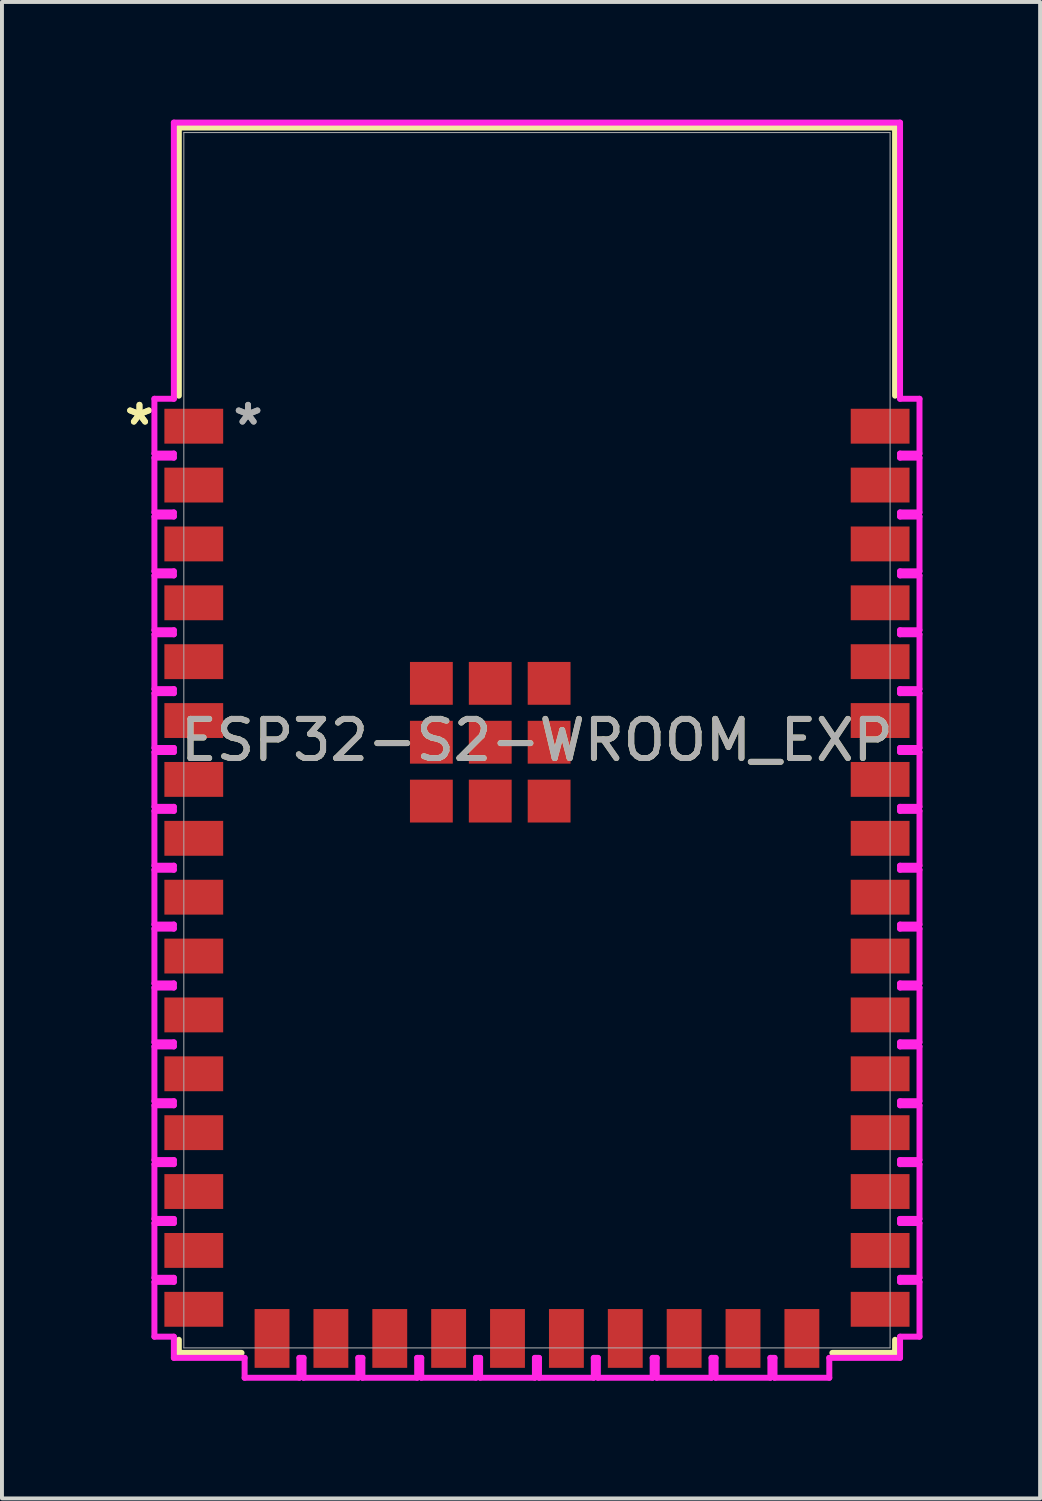
<source format=kicad_pcb>
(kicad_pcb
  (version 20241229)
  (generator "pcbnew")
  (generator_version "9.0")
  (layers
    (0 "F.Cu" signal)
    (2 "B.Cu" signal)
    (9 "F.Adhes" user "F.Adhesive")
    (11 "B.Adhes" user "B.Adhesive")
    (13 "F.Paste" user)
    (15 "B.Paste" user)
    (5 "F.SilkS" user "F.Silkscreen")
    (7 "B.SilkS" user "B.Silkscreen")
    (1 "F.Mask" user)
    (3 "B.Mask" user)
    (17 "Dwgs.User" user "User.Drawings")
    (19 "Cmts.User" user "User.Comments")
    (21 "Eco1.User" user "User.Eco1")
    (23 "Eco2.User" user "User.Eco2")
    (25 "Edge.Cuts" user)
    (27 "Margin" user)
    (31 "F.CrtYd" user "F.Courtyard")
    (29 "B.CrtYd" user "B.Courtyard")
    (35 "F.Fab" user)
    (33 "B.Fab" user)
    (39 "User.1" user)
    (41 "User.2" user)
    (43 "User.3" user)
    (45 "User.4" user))
  (footprint "ESP32-S2-WROOM_EXP"
    (layer "F.Cu")
    (at 10.641 15.824)
    (property "Reference" "ESP32-S2-WROOM_EXP" (at 0 0 0) (unlocked yes) (layer "F.SilkS") (effects (font (size 1 1) (thickness 0.15))))
    (attr smd)
    (fp_line (start -9.131 -15.621) (end 9.131 -15.621) (stroke (width 0.152) (type solid)) (layer "F.SilkS"))
    (fp_line (start -9.131 -8.785) (end -9.131 -15.621) (stroke (width 0.152) (type solid)) (layer "F.SilkS"))
    (fp_line (start -9.131 15.621) (end -9.131 15.287) (stroke (width 0.152) (type solid)) (layer "F.SilkS"))
    (fp_line (start -7.532 15.621) (end -9.131 15.621) (stroke (width 0.152) (type solid)) (layer "F.SilkS"))
    (fp_line (start 9.131 -15.621) (end 9.131 -8.785) (stroke (width 0.152) (type solid)) (layer "F.SilkS"))
    (fp_line (start 9.131 15.287) (end 9.131 15.621) (stroke (width 0.152) (type solid)) (layer "F.SilkS"))
    (fp_line (start 9.131 15.621) (end 7.532 15.621) (stroke (width 0.152) (type solid)) (layer "F.SilkS"))
    (fp_poly (pts (xy -9.004 -15.494) (xy -9.004 -9.5) (xy 9.004 -9.5) (xy 9.004 -15.494)) (stroke (width 0.1) (type solid)) (fill no) (layer "Eco2.User"))
    (fp_line (start -9.754 -8.706) (end -9.754 -7.309) (stroke (width 0.152) (type solid)) (layer "F.CrtYd"))
    (fp_line (start -9.754 -7.309) (end -9.258 -7.309) (stroke (width 0.152) (type solid)) (layer "F.CrtYd"))
    (fp_line (start -9.754 -7.205) (end -9.754 -5.808) (stroke (width 0.152) (type solid)) (layer "F.CrtYd"))
    (fp_line (start -9.754 -5.808) (end -9.258 -5.808) (stroke (width 0.152) (type solid)) (layer "F.CrtYd"))
    (fp_line (start -9.754 -5.704) (end -9.754 -4.307) (stroke (width 0.152) (type solid)) (layer "F.CrtYd"))
    (fp_line (start -9.754 -4.307) (end -9.258 -4.307) (stroke (width 0.152) (type solid)) (layer "F.CrtYd"))
    (fp_line (start -9.754 -4.202) (end -9.754 -2.805) (stroke (width 0.152) (type solid)) (layer "F.CrtYd"))
    (fp_line (start -9.754 -2.805) (end -9.258 -2.805) (stroke (width 0.152) (type solid)) (layer "F.CrtYd"))
    (fp_line (start -9.754 -2.701) (end -9.754 -1.304) (stroke (width 0.152) (type solid)) (layer "F.CrtYd"))
    (fp_line (start -9.754 -1.304) (end -9.258 -1.304) (stroke (width 0.152) (type solid)) (layer "F.CrtYd"))
    (fp_line (start -9.754 -1.2) (end -9.754 0.197) (stroke (width 0.152) (type solid)) (layer "F.CrtYd"))
    (fp_line (start -9.754 0.197) (end -9.258 0.197) (stroke (width 0.152) (type solid)) (layer "F.CrtYd"))
    (fp_line (start -9.754 0.301) (end -9.754 1.698) (stroke (width 0.152) (type solid)) (layer "F.CrtYd"))
    (fp_line (start -9.754 1.698) (end -9.258 1.698) (stroke (width 0.152) (type solid)) (layer "F.CrtYd"))
    (fp_line (start -9.754 1.802) (end -9.754 3.199) (stroke (width 0.152) (type solid)) (layer "F.CrtYd"))
    (fp_line (start -9.754 3.199) (end -9.258 3.199) (stroke (width 0.152) (type solid)) (layer "F.CrtYd"))
    (fp_line (start -9.754 3.303) (end -9.754 4.7) (stroke (width 0.152) (type solid)) (layer "F.CrtYd"))
    (fp_line (start -9.754 4.7) (end -9.258 4.7) (stroke (width 0.152) (type solid)) (layer "F.CrtYd"))
    (fp_line (start -9.754 4.804) (end -9.754 6.201) (stroke (width 0.152) (type solid)) (layer "F.CrtYd"))
    (fp_line (start -9.754 6.201) (end -9.258 6.201) (stroke (width 0.152) (type solid)) (layer "F.CrtYd"))
    (fp_line (start -9.754 6.306) (end -9.754 7.703) (stroke (width 0.152) (type solid)) (layer "F.CrtYd"))
    (fp_line (start -9.754 7.703) (end -9.258 7.703) (stroke (width 0.152) (type solid)) (layer "F.CrtYd"))
    (fp_line (start -9.754 7.807) (end -9.754 9.204) (stroke (width 0.152) (type solid)) (layer "F.CrtYd"))
    (fp_line (start -9.754 9.204) (end -9.258 9.204) (stroke (width 0.152) (type solid)) (layer "F.CrtYd"))
    (fp_line (start -9.754 9.308) (end -9.754 10.705) (stroke (width 0.152) (type solid)) (layer "F.CrtYd"))
    (fp_line (start -9.754 10.705) (end -9.258 10.705) (stroke (width 0.152) (type solid)) (layer "F.CrtYd"))
    (fp_line (start -9.754 10.809) (end -9.754 12.206) (stroke (width 0.152) (type solid)) (layer "F.CrtYd"))
    (fp_line (start -9.754 12.206) (end -9.258 12.206) (stroke (width 0.152) (type solid)) (layer "F.CrtYd"))
    (fp_line (start -9.754 12.31) (end -9.754 13.707) (stroke (width 0.152) (type solid)) (layer "F.CrtYd"))
    (fp_line (start -9.754 13.707) (end -9.258 13.707) (stroke (width 0.152) (type solid)) (layer "F.CrtYd"))
    (fp_line (start -9.754 13.811) (end -9.754 15.208) (stroke (width 0.152) (type solid)) (layer "F.CrtYd"))
    (fp_line (start -9.754 15.208) (end -9.258 15.208) (stroke (width 0.152) (type solid)) (layer "F.CrtYd"))
    (fp_line (start -9.258 -15.748) (end -9.258 -8.706) (stroke (width 0.152) (type solid)) (layer "F.CrtYd"))
    (fp_line (start -9.258 -8.706) (end -9.754 -8.706) (stroke (width 0.152) (type solid)) (layer "F.CrtYd"))
    (fp_line (start -9.258 -7.309) (end -9.258 -7.205) (stroke (width 0.152) (type solid)) (layer "F.CrtYd"))
    (fp_line (start -9.258 -7.205) (end -9.754 -7.205) (stroke (width 0.152) (type solid)) (layer "F.CrtYd"))
    (fp_line (start -9.258 -5.808) (end -9.258 -5.704) (stroke (width 0.152) (type solid)) (layer "F.CrtYd"))
    (fp_line (start -9.258 -5.704) (end -9.754 -5.704) (stroke (width 0.152) (type solid)) (layer "F.CrtYd"))
    (fp_line (start -9.258 -4.307) (end -9.258 -4.202) (stroke (width 0.152) (type solid)) (layer "F.CrtYd"))
    (fp_line (start -9.258 -4.202) (end -9.754 -4.202) (stroke (width 0.152) (type solid)) (layer "F.CrtYd"))
    (fp_line (start -9.258 -2.805) (end -9.258 -2.701) (stroke (width 0.152) (type solid)) (layer "F.CrtYd"))
    (fp_line (start -9.258 -2.701) (end -9.754 -2.701) (stroke (width 0.152) (type solid)) (layer "F.CrtYd"))
    (fp_line (start -9.258 -1.304) (end -9.258 -1.2) (stroke (width 0.152) (type solid)) (layer "F.CrtYd"))
    (fp_line (start -9.258 -1.2) (end -9.754 -1.2) (stroke (width 0.152) (type solid)) (layer "F.CrtYd"))
    (fp_line (start -9.258 0.197) (end -9.258 0.301) (stroke (width 0.152) (type solid)) (layer "F.CrtYd"))
    (fp_line (start -9.258 0.301) (end -9.754 0.301) (stroke (width 0.152) (type solid)) (layer "F.CrtYd"))
    (fp_line (start -9.258 1.698) (end -9.258 1.802) (stroke (width 0.152) (type solid)) (layer "F.CrtYd"))
    (fp_line (start -9.258 1.802) (end -9.754 1.802) (stroke (width 0.152) (type solid)) (layer "F.CrtYd"))
    (fp_line (start -9.258 3.199) (end -9.258 3.303) (stroke (width 0.152) (type solid)) (layer "F.CrtYd"))
    (fp_line (start -9.258 3.303) (end -9.754 3.303) (stroke (width 0.152) (type solid)) (layer "F.CrtYd"))
    (fp_line (start -9.258 4.7) (end -9.258 4.804) (stroke (width 0.152) (type solid)) (layer "F.CrtYd"))
    (fp_line (start -9.258 4.804) (end -9.754 4.804) (stroke (width 0.152) (type solid)) (layer "F.CrtYd"))
    (fp_line (start -9.258 6.201) (end -9.258 6.306) (stroke (width 0.152) (type solid)) (layer "F.CrtYd"))
    (fp_line (start -9.258 6.306) (end -9.754 6.306) (stroke (width 0.152) (type solid)) (layer "F.CrtYd"))
    (fp_line (start -9.258 7.703) (end -9.258 7.807) (stroke (width 0.152) (type solid)) (layer "F.CrtYd"))
    (fp_line (start -9.258 7.807) (end -9.754 7.807) (stroke (width 0.152) (type solid)) (layer "F.CrtYd"))
    (fp_line (start -9.258 9.204) (end -9.258 9.308) (stroke (width 0.152) (type solid)) (layer "F.CrtYd"))
    (fp_line (start -9.258 9.308) (end -9.754 9.308) (stroke (width 0.152) (type solid)) (layer "F.CrtYd"))
    (fp_line (start -9.258 10.705) (end -9.258 10.809) (stroke (width 0.152) (type solid)) (layer "F.CrtYd"))
    (fp_line (start -9.258 10.809) (end -9.754 10.809) (stroke (width 0.152) (type solid)) (layer "F.CrtYd"))
    (fp_line (start -9.258 12.206) (end -9.258 12.31) (stroke (width 0.152) (type solid)) (layer "F.CrtYd"))
    (fp_line (start -9.258 12.31) (end -9.754 12.31) (stroke (width 0.152) (type solid)) (layer "F.CrtYd"))
    (fp_line (start -9.258 13.707) (end -9.258 13.811) (stroke (width 0.152) (type solid)) (layer "F.CrtYd"))
    (fp_line (start -9.258 13.811) (end -9.754 13.811) (stroke (width 0.152) (type solid)) (layer "F.CrtYd"))
    (fp_line (start -9.258 15.208) (end -9.258 15.748) (stroke (width 0.152) (type solid)) (layer "F.CrtYd"))
    (fp_line (start -9.258 15.748) (end -7.454 15.748) (stroke (width 0.152) (type solid)) (layer "F.CrtYd"))
    (fp_line (start -7.454 15.748) (end -7.454 16.256) (stroke (width 0.152) (type solid)) (layer "F.CrtYd"))
    (fp_line (start -7.454 16.256) (end -6.057 16.256) (stroke (width 0.152) (type solid)) (layer "F.CrtYd"))
    (fp_line (start -6.057 15.748) (end -5.952 15.748) (stroke (width 0.152) (type solid)) (layer "F.CrtYd"))
    (fp_line (start -6.057 16.256) (end -6.057 15.748) (stroke (width 0.152) (type solid)) (layer "F.CrtYd"))
    (fp_line (start -5.952 15.748) (end -5.952 16.256) (stroke (width 0.152) (type solid)) (layer "F.CrtYd"))
    (fp_line (start -5.952 16.256) (end -4.555 16.256) (stroke (width 0.152) (type solid)) (layer "F.CrtYd"))
    (fp_line (start -4.555 15.748) (end -4.451 15.748) (stroke (width 0.152) (type solid)) (layer "F.CrtYd"))
    (fp_line (start -4.555 16.256) (end -4.555 15.748) (stroke (width 0.152) (type solid)) (layer "F.CrtYd"))
    (fp_line (start -4.451 15.748) (end -4.451 16.256) (stroke (width 0.152) (type solid)) (layer "F.CrtYd"))
    (fp_line (start -4.451 16.256) (end -3.054 16.256) (stroke (width 0.152) (type solid)) (layer "F.CrtYd"))
    (fp_line (start -3.054 15.748) (end -2.95 15.748) (stroke (width 0.152) (type solid)) (layer "F.CrtYd"))
    (fp_line (start -3.054 16.256) (end -3.054 15.748) (stroke (width 0.152) (type solid)) (layer "F.CrtYd"))
    (fp_line (start -2.95 15.748) (end -2.95 16.256) (stroke (width 0.152) (type solid)) (layer "F.CrtYd"))
    (fp_line (start -2.95 16.256) (end -1.553 16.256) (stroke (width 0.152) (type solid)) (layer "F.CrtYd"))
    (fp_line (start -1.553 15.748) (end -1.449 15.748) (stroke (width 0.152) (type solid)) (layer "F.CrtYd"))
    (fp_line (start -1.553 16.256) (end -1.553 15.748) (stroke (width 0.152) (type solid)) (layer "F.CrtYd"))
    (fp_line (start -1.449 15.748) (end -1.449 16.256) (stroke (width 0.152) (type solid)) (layer "F.CrtYd"))
    (fp_line (start -1.449 16.256) (end -0.052 16.256) (stroke (width 0.152) (type solid)) (layer "F.CrtYd"))
    (fp_line (start -0.052 15.748) (end 0.052 15.748) (stroke (width 0.152) (type solid)) (layer "F.CrtYd"))
    (fp_line (start -0.052 16.256) (end -0.052 15.748) (stroke (width 0.152) (type solid)) (layer "F.CrtYd"))
    (fp_line (start 0.052 15.748) (end 0.052 16.256) (stroke (width 0.152) (type solid)) (layer "F.CrtYd"))
    (fp_line (start 0.052 16.256) (end 1.449 16.256) (stroke (width 0.152) (type solid)) (layer "F.CrtYd"))
    (fp_line (start 1.449 15.748) (end 1.553 15.748) (stroke (width 0.152) (type solid)) (layer "F.CrtYd"))
    (fp_line (start 1.449 16.256) (end 1.449 15.748) (stroke (width 0.152) (type solid)) (layer "F.CrtYd"))
    (fp_line (start 1.553 15.748) (end 1.553 16.256) (stroke (width 0.152) (type solid)) (layer "F.CrtYd"))
    (fp_line (start 1.553 16.256) (end 2.95 16.256) (stroke (width 0.152) (type solid)) (layer "F.CrtYd"))
    (fp_line (start 2.95 15.748) (end 3.054 15.748) (stroke (width 0.152) (type solid)) (layer "F.CrtYd"))
    (fp_line (start 2.95 16.256) (end 2.95 15.748) (stroke (width 0.152) (type solid)) (layer "F.CrtYd"))
    (fp_line (start 3.054 15.748) (end 3.054 16.256) (stroke (width 0.152) (type solid)) (layer "F.CrtYd"))
    (fp_line (start 3.054 16.256) (end 4.451 16.256) (stroke (width 0.152) (type solid)) (layer "F.CrtYd"))
    (fp_line (start 4.451 15.748) (end 4.555 15.748) (stroke (width 0.152) (type solid)) (layer "F.CrtYd"))
    (fp_line (start 4.451 16.256) (end 4.451 15.748) (stroke (width 0.152) (type solid)) (layer "F.CrtYd"))
    (fp_line (start 4.555 15.748) (end 4.555 16.256) (stroke (width 0.152) (type solid)) (layer "F.CrtYd"))
    (fp_line (start 4.555 16.256) (end 5.952 16.256) (stroke (width 0.152) (type solid)) (layer "F.CrtYd"))
    (fp_line (start 5.952 15.748) (end 6.057 15.748) (stroke (width 0.152) (type solid)) (layer "F.CrtYd"))
    (fp_line (start 5.952 16.256) (end 5.952 15.748) (stroke (width 0.152) (type solid)) (layer "F.CrtYd"))
    (fp_line (start 6.057 15.748) (end 6.057 16.256) (stroke (width 0.152) (type solid)) (layer "F.CrtYd"))
    (fp_line (start 6.057 16.256) (end 7.454 16.256) (stroke (width 0.152) (type solid)) (layer "F.CrtYd"))
    (fp_line (start 7.454 15.748) (end 9.258 15.748) (stroke (width 0.152) (type solid)) (layer "F.CrtYd"))
    (fp_line (start 7.454 16.256) (end 7.454 15.748) (stroke (width 0.152) (type solid)) (layer "F.CrtYd"))
    (fp_line (start 9.258 -15.748) (end -9.258 -15.748) (stroke (width 0.152) (type solid)) (layer "F.CrtYd"))
    (fp_line (start 9.258 -8.706) (end 9.258 -15.748) (stroke (width 0.152) (type solid)) (layer "F.CrtYd"))
    (fp_line (start 9.258 -7.309) (end 9.754 -7.309) (stroke (width 0.152) (type solid)) (layer "F.CrtYd"))
    (fp_line (start 9.258 -7.205) (end 9.258 -7.309) (stroke (width 0.152) (type solid)) (layer "F.CrtYd"))
    (fp_line (start 9.258 -5.808) (end 9.754 -5.808) (stroke (width 0.152) (type solid)) (layer "F.CrtYd"))
    (fp_line (start 9.258 -5.704) (end 9.258 -5.808) (stroke (width 0.152) (type solid)) (layer "F.CrtYd"))
    (fp_line (start 9.258 -4.307) (end 9.754 -4.307) (stroke (width 0.152) (type solid)) (layer "F.CrtYd"))
    (fp_line (start 9.258 -4.202) (end 9.258 -4.307) (stroke (width 0.152) (type solid)) (layer "F.CrtYd"))
    (fp_line (start 9.258 -2.805) (end 9.754 -2.805) (stroke (width 0.152) (type solid)) (layer "F.CrtYd"))
    (fp_line (start 9.258 -2.701) (end 9.258 -2.805) (stroke (width 0.152) (type solid)) (layer "F.CrtYd"))
    (fp_line (start 9.258 -1.304) (end 9.754 -1.304) (stroke (width 0.152) (type solid)) (layer "F.CrtYd"))
    (fp_line (start 9.258 -1.2) (end 9.258 -1.304) (stroke (width 0.152) (type solid)) (layer "F.CrtYd"))
    (fp_line (start 9.258 0.197) (end 9.754 0.197) (stroke (width 0.152) (type solid)) (layer "F.CrtYd"))
    (fp_line (start 9.258 0.301) (end 9.258 0.197) (stroke (width 0.152) (type solid)) (layer "F.CrtYd"))
    (fp_line (start 9.258 1.698) (end 9.754 1.698) (stroke (width 0.152) (type solid)) (layer "F.CrtYd"))
    (fp_line (start 9.258 1.802) (end 9.258 1.698) (stroke (width 0.152) (type solid)) (layer "F.CrtYd"))
    (fp_line (start 9.258 3.199) (end 9.754 3.199) (stroke (width 0.152) (type solid)) (layer "F.CrtYd"))
    (fp_line (start 9.258 3.303) (end 9.258 3.199) (stroke (width 0.152) (type solid)) (layer "F.CrtYd"))
    (fp_line (start 9.258 4.7) (end 9.754 4.7) (stroke (width 0.152) (type solid)) (layer "F.CrtYd"))
    (fp_line (start 9.258 4.804) (end 9.258 4.7) (stroke (width 0.152) (type solid)) (layer "F.CrtYd"))
    (fp_line (start 9.258 6.201) (end 9.754 6.201) (stroke (width 0.152) (type solid)) (layer "F.CrtYd"))
    (fp_line (start 9.258 6.306) (end 9.258 6.201) (stroke (width 0.152) (type solid)) (layer "F.CrtYd"))
    (fp_line (start 9.258 7.703) (end 9.754 7.703) (stroke (width 0.152) (type solid)) (layer "F.CrtYd"))
    (fp_line (start 9.258 7.807) (end 9.258 7.703) (stroke (width 0.152) (type solid)) (layer "F.CrtYd"))
    (fp_line (start 9.258 9.204) (end 9.754 9.204) (stroke (width 0.152) (type solid)) (layer "F.CrtYd"))
    (fp_line (start 9.258 9.308) (end 9.258 9.204) (stroke (width 0.152) (type solid)) (layer "F.CrtYd"))
    (fp_line (start 9.258 10.705) (end 9.754 10.705) (stroke (width 0.152) (type solid)) (layer "F.CrtYd"))
    (fp_line (start 9.258 10.809) (end 9.258 10.705) (stroke (width 0.152) (type solid)) (layer "F.CrtYd"))
    (fp_line (start 9.258 12.206) (end 9.754 12.206) (stroke (width 0.152) (type solid)) (layer "F.CrtYd"))
    (fp_line (start 9.258 12.31) (end 9.258 12.206) (stroke (width 0.152) (type solid)) (layer "F.CrtYd"))
    (fp_line (start 9.258 13.707) (end 9.754 13.707) (stroke (width 0.152) (type solid)) (layer "F.CrtYd"))
    (fp_line (start 9.258 13.811) (end 9.258 13.707) (stroke (width 0.152) (type solid)) (layer "F.CrtYd"))
    (fp_line (start 9.258 15.208) (end 9.754 15.208) (stroke (width 0.152) (type solid)) (layer "F.CrtYd"))
    (fp_line (start 9.258 15.748) (end 9.258 15.208) (stroke (width 0.152) (type solid)) (layer "F.CrtYd"))
    (fp_line (start 9.754 -8.706) (end 9.258 -8.706) (stroke (width 0.152) (type solid)) (layer "F.CrtYd"))
    (fp_line (start 9.754 -7.309) (end 9.754 -8.706) (stroke (width 0.152) (type solid)) (layer "F.CrtYd"))
    (fp_line (start 9.754 -7.205) (end 9.258 -7.205) (stroke (width 0.152) (type solid)) (layer "F.CrtYd"))
    (fp_line (start 9.754 -5.808) (end 9.754 -7.205) (stroke (width 0.152) (type solid)) (layer "F.CrtYd"))
    (fp_line (start 9.754 -5.704) (end 9.258 -5.704) (stroke (width 0.152) (type solid)) (layer "F.CrtYd"))
    (fp_line (start 9.754 -4.307) (end 9.754 -5.704) (stroke (width 0.152) (type solid)) (layer "F.CrtYd"))
    (fp_line (start 9.754 -4.202) (end 9.258 -4.202) (stroke (width 0.152) (type solid)) (layer "F.CrtYd"))
    (fp_line (start 9.754 -2.805) (end 9.754 -4.202) (stroke (width 0.152) (type solid)) (layer "F.CrtYd"))
    (fp_line (start 9.754 -2.701) (end 9.258 -2.701) (stroke (width 0.152) (type solid)) (layer "F.CrtYd"))
    (fp_line (start 9.754 -1.304) (end 9.754 -2.701) (stroke (width 0.152) (type solid)) (layer "F.CrtYd"))
    (fp_line (start 9.754 -1.2) (end 9.258 -1.2) (stroke (width 0.152) (type solid)) (layer "F.CrtYd"))
    (fp_line (start 9.754 0.197) (end 9.754 -1.2) (stroke (width 0.152) (type solid)) (layer "F.CrtYd"))
    (fp_line (start 9.754 0.301) (end 9.258 0.301) (stroke (width 0.152) (type solid)) (layer "F.CrtYd"))
    (fp_line (start 9.754 1.698) (end 9.754 0.301) (stroke (width 0.152) (type solid)) (layer "F.CrtYd"))
    (fp_line (start 9.754 1.802) (end 9.258 1.802) (stroke (width 0.152) (type solid)) (layer "F.CrtYd"))
    (fp_line (start 9.754 3.199) (end 9.754 1.802) (stroke (width 0.152) (type solid)) (layer "F.CrtYd"))
    (fp_line (start 9.754 3.303) (end 9.258 3.303) (stroke (width 0.152) (type solid)) (layer "F.CrtYd"))
    (fp_line (start 9.754 4.7) (end 9.754 3.303) (stroke (width 0.152) (type solid)) (layer "F.CrtYd"))
    (fp_line (start 9.754 4.804) (end 9.258 4.804) (stroke (width 0.152) (type solid)) (layer "F.CrtYd"))
    (fp_line (start 9.754 6.201) (end 9.754 4.804) (stroke (width 0.152) (type solid)) (layer "F.CrtYd"))
    (fp_line (start 9.754 6.306) (end 9.258 6.306) (stroke (width 0.152) (type solid)) (layer "F.CrtYd"))
    (fp_line (start 9.754 7.703) (end 9.754 6.306) (stroke (width 0.152) (type solid)) (layer "F.CrtYd"))
    (fp_line (start 9.754 7.807) (end 9.258 7.807) (stroke (width 0.152) (type solid)) (layer "F.CrtYd"))
    (fp_line (start 9.754 9.204) (end 9.754 7.807) (stroke (width 0.152) (type solid)) (layer "F.CrtYd"))
    (fp_line (start 9.754 9.308) (end 9.258 9.308) (stroke (width 0.152) (type solid)) (layer "F.CrtYd"))
    (fp_line (start 9.754 10.705) (end 9.754 9.308) (stroke (width 0.152) (type solid)) (layer "F.CrtYd"))
    (fp_line (start 9.754 10.809) (end 9.258 10.809) (stroke (width 0.152) (type solid)) (layer "F.CrtYd"))
    (fp_line (start 9.754 12.206) (end 9.754 10.809) (stroke (width 0.152) (type solid)) (layer "F.CrtYd"))
    (fp_line (start 9.754 12.31) (end 9.258 12.31) (stroke (width 0.152) (type solid)) (layer "F.CrtYd"))
    (fp_line (start 9.754 13.707) (end 9.754 12.31) (stroke (width 0.152) (type solid)) (layer "F.CrtYd"))
    (fp_line (start 9.754 13.811) (end 9.258 13.811) (stroke (width 0.152) (type solid)) (layer "F.CrtYd"))
    (fp_line (start 9.754 15.208) (end 9.754 13.811) (stroke (width 0.152) (type solid)) (layer "F.CrtYd"))
    (fp_line (start -9.004 -15.494) (end -9.004 15.494) (stroke (width 0.025) (type solid)) (layer "F.Fab"))
    (fp_line (start -9.004 15.494) (end 9.004 15.494) (stroke (width 0.025) (type solid)) (layer "F.Fab"))
    (fp_line (start 9.004 -15.494) (end -9.004 -15.494) (stroke (width 0.025) (type solid)) (layer "F.Fab"))
    (fp_line (start 9.004 15.494) (end 9.004 -15.494) (stroke (width 0.025) (type solid)) (layer "F.Fab"))
    (fp_text user "*" (at -10.135 -8.007 0) (unlocked yes) (layer "F.SilkS") (effects (font (size 1 1) (thickness 0.15))))
    (fp_text user "*" (at -10.135 -8.007 0) (layer "F.SilkS") (effects (font (size 1 1) (thickness 0.15))))
    (fp_text user "${REFERENCE}" (at 0 0 0) (unlocked yes) (layer "F.Fab") (effects (font (size 1 1) (thickness 0.15))))
    (fp_text user "*" (at -7.366 -8.007 0) (unlocked yes) (layer "F.Fab") (effects (font (size 1 1) (thickness 0.15))))
    (fp_text user "*" (at -7.366 -8.007 0) (layer "F.Fab") (effects (font (size 1 1) (thickness 0.15))))
    (pad "1" smd rect (at -8.75 -8.007) (size 1.499 0.889) (layers "F.Cu" "F.Mask" "F.Paste"))
    (pad "2" smd rect (at -8.75 -6.506) (size 1.499 0.889) (layers "F.Cu" "F.Mask" "F.Paste"))
    (pad "3" smd rect (at -8.75 -5.005) (size 1.499 0.889) (layers "F.Cu" "F.Mask" "F.Paste"))
    (pad "4" smd rect (at -8.75 -3.504) (size 1.499 0.889) (layers "F.Cu" "F.Mask" "F.Paste"))
    (pad "5" smd rect (at -8.75 -2.003) (size 1.499 0.889) (layers "F.Cu" "F.Mask" "F.Paste"))
    (pad "6" smd rect (at -8.75 -0.502) (size 1.499 0.889) (layers "F.Cu" "F.Mask" "F.Paste"))
    (pad "7" smd rect (at -8.75 0.999) (size 1.499 0.889) (layers "F.Cu" "F.Mask" "F.Paste"))
    (pad "8" smd rect (at -8.75 2.501) (size 1.499 0.889) (layers "F.Cu" "F.Mask" "F.Paste"))
    (pad "9" smd rect (at -8.75 4.002) (size 1.499 0.889) (layers "F.Cu" "F.Mask" "F.Paste"))
    (pad "10" smd rect (at -8.75 5.503) (size 1.499 0.889) (layers "F.Cu" "F.Mask" "F.Paste"))
    (pad "11" smd rect (at -8.75 7.004) (size 1.499 0.889) (layers "F.Cu" "F.Mask" "F.Paste"))
    (pad "12" smd rect (at -8.75 8.505) (size 1.499 0.889) (layers "F.Cu" "F.Mask" "F.Paste"))
    (pad "13" smd rect (at -8.75 10.006) (size 1.499 0.889) (layers "F.Cu" "F.Mask" "F.Paste"))
    (pad "14" smd rect (at -8.75 11.507) (size 1.499 0.889) (layers "F.Cu" "F.Mask" "F.Paste"))
    (pad "15" smd rect (at -8.75 13.009) (size 1.499 0.889) (layers "F.Cu" "F.Mask" "F.Paste"))
    (pad "16" smd rect (at -8.75 14.51) (size 1.499 0.889) (layers "F.Cu" "F.Mask" "F.Paste"))
    (pad "17" smd rect (at -6.755 15.253 90) (size 1.499 0.889) (layers "F.Cu" "F.Mask" "F.Paste"))
    (pad "18" smd rect (at -5.254 15.253 90) (size 1.499 0.889) (layers "F.Cu" "F.Mask" "F.Paste"))
    (pad "19" smd rect (at -3.753 15.253 90) (size 1.499 0.889) (layers "F.Cu" "F.Mask" "F.Paste"))
    (pad "20" smd rect (at -2.252 15.253 90) (size 1.499 0.889) (layers "F.Cu" "F.Mask" "F.Paste"))
    (pad "21" smd rect (at -0.751 15.253 90) (size 1.499 0.889) (layers "F.Cu" "F.Mask" "F.Paste"))
    (pad "22" smd rect (at 0.751 15.253 90) (size 1.499 0.889) (layers "F.Cu" "F.Mask" "F.Paste"))
    (pad "23" smd rect (at 2.252 15.253 90) (size 1.499 0.889) (layers "F.Cu" "F.Mask" "F.Paste"))
    (pad "24" smd rect (at 3.753 15.253 90) (size 1.499 0.889) (layers "F.Cu" "F.Mask" "F.Paste"))
    (pad "25" smd rect (at 5.254 15.253 90) (size 1.499 0.889) (layers "F.Cu" "F.Mask" "F.Paste"))
    (pad "26" smd rect (at 6.755 15.253 90) (size 1.499 0.889) (layers "F.Cu" "F.Mask" "F.Paste"))
    (pad "27" smd rect (at 8.75 14.51) (size 1.499 0.889) (layers "F.Cu" "F.Mask" "F.Paste"))
    (pad "28" smd rect (at 8.75 13.009) (size 1.499 0.889) (layers "F.Cu" "F.Mask" "F.Paste"))
    (pad "29" smd rect (at 8.75 11.507) (size 1.499 0.889) (layers "F.Cu" "F.Mask" "F.Paste"))
    (pad "30" smd rect (at 8.75 10.006) (size 1.499 0.889) (layers "F.Cu" "F.Mask" "F.Paste"))
    (pad "31" smd rect (at 8.75 8.505) (size 1.499 0.889) (layers "F.Cu" "F.Mask" "F.Paste"))
    (pad "32" smd rect (at 8.75 7.004) (size 1.499 0.889) (layers "F.Cu" "F.Mask" "F.Paste"))
    (pad "33" smd rect (at 8.75 5.503) (size 1.499 0.889) (layers "F.Cu" "F.Mask" "F.Paste"))
    (pad "34" smd rect (at 8.75 4.002) (size 1.499 0.889) (layers "F.Cu" "F.Mask" "F.Paste"))
    (pad "35" smd rect (at 8.75 2.501) (size 1.499 0.889) (layers "F.Cu" "F.Mask" "F.Paste"))
    (pad "36" smd rect (at 8.75 0.999) (size 1.499 0.889) (layers "F.Cu" "F.Mask" "F.Paste"))
    (pad "37" smd rect (at 8.75 -0.502) (size 1.499 0.889) (layers "F.Cu" "F.Mask" "F.Paste"))
    (pad "38" smd rect (at 8.75 -2.003) (size 1.499 0.889) (layers "F.Cu" "F.Mask" "F.Paste"))
    (pad "39" smd rect (at 8.75 -3.504) (size 1.499 0.889) (layers "F.Cu" "F.Mask" "F.Paste"))
    (pad "40" smd rect (at 8.75 -5.005) (size 1.499 0.889) (layers "F.Cu" "F.Mask" "F.Paste"))
    (pad "41" smd rect (at 8.75 -6.506) (size 1.499 0.889) (layers "F.Cu" "F.Mask" "F.Paste"))
    (pad "42" smd rect (at 8.75 -8.007) (size 1.499 0.889) (layers "F.Cu" "F.Mask" "F.Paste"))
    (pad "43" smd rect (at -1.191 0.051) (size 1.092 1.092) (layers "F.Cu" "F.Mask" "F.Paste"))
    (pad "44" smd rect (at -2.692 -1.45) (size 1.092 1.092) (layers "F.Cu" "F.Mask" "F.Paste"))
    (pad "45" smd rect (at -2.692 0.051) (size 1.092 1.092) (layers "F.Cu" "F.Mask" "F.Paste"))
    (pad "46" smd rect (at -2.692 1.552) (size 1.092 1.092) (layers "F.Cu" "F.Mask" "F.Paste"))
    (pad "47" smd rect (at -1.191 1.552) (size 1.092 1.092) (layers "F.Cu" "F.Mask" "F.Paste"))
    (pad "48" smd rect (at 0.31 1.552) (size 1.092 1.092) (layers "F.Cu" "F.Mask" "F.Paste"))
    (pad "49" smd rect (at 0.31 0.051) (size 1.092 1.092) (layers "F.Cu" "F.Mask" "F.Paste"))
    (pad "50" smd rect (at 0.31 -1.45) (size 1.092 1.092) (layers "F.Cu" "F.Mask" "F.Paste"))
    (pad "51" smd rect (at -1.191 -1.45) (size 1.092 1.092) (layers "F.Cu" "F.Mask" "F.Paste")))
  (gr_rect
    (start -3 -3)
    (end 23.47 35.156)
    (stroke (width 0.1) (type default))
    (fill no)
    (layer "Edge.Cuts")))
</source>
